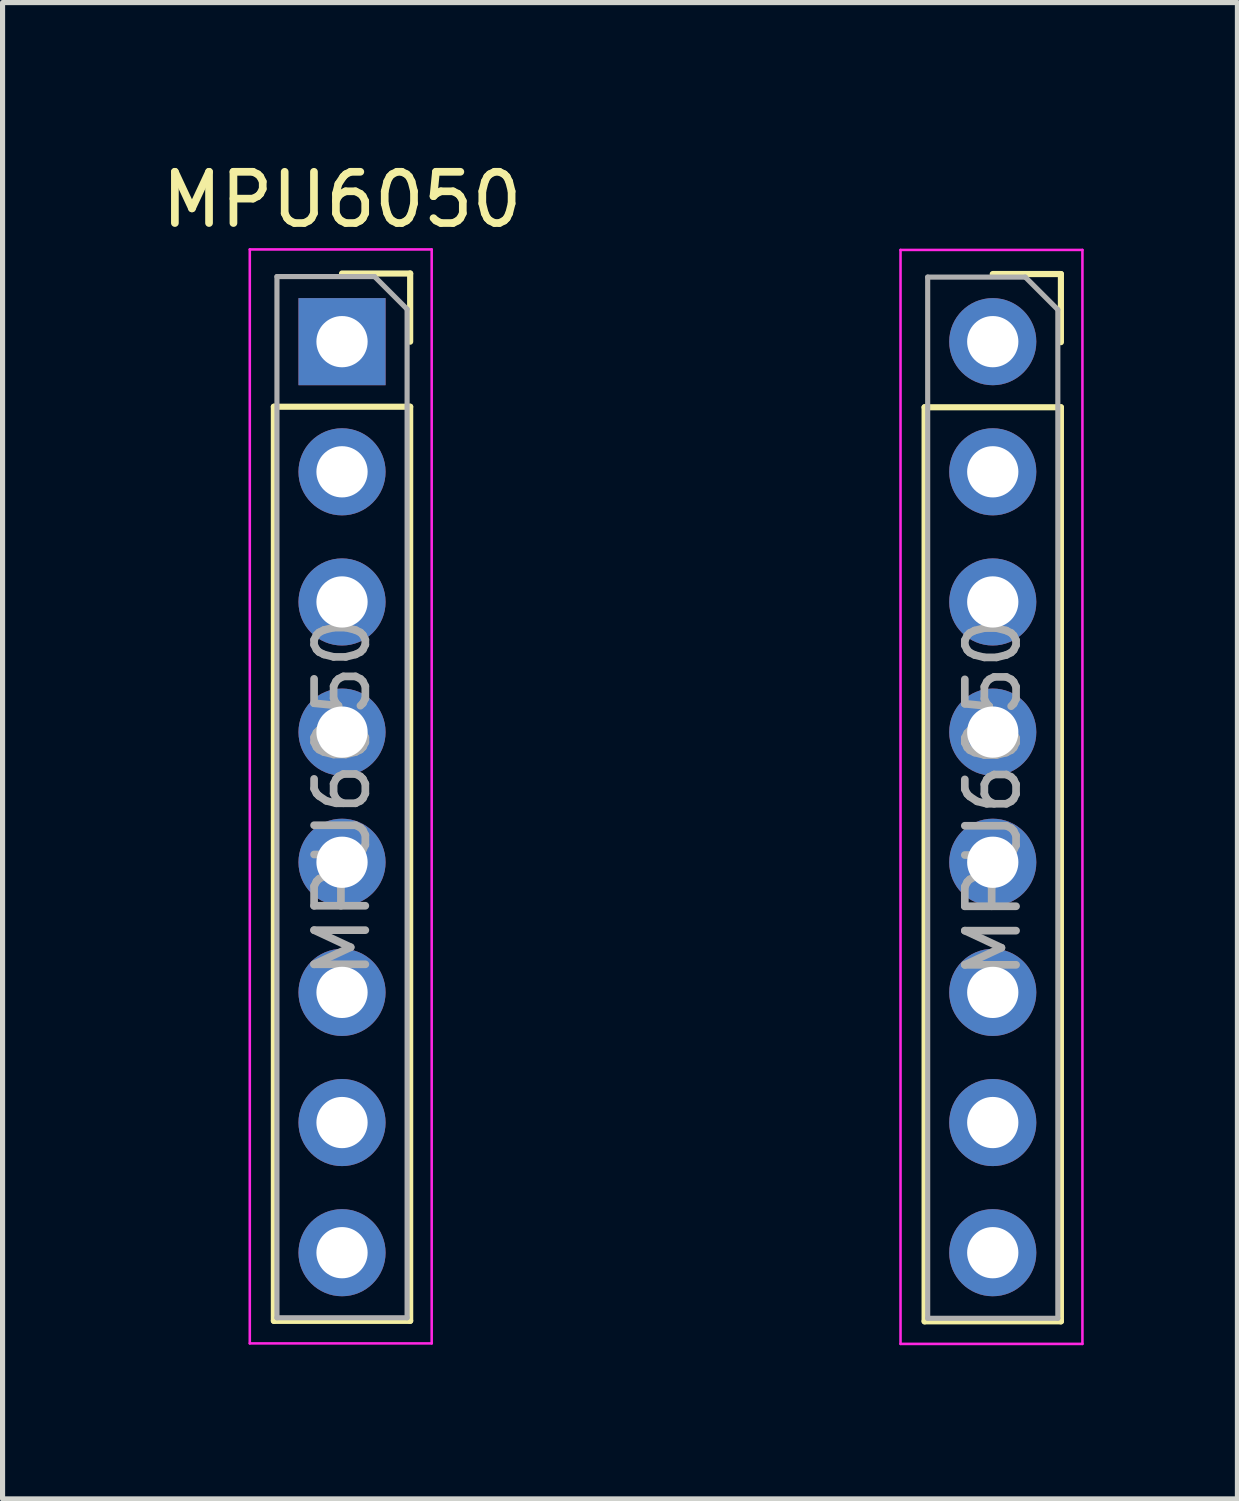
<source format=kicad_pcb>
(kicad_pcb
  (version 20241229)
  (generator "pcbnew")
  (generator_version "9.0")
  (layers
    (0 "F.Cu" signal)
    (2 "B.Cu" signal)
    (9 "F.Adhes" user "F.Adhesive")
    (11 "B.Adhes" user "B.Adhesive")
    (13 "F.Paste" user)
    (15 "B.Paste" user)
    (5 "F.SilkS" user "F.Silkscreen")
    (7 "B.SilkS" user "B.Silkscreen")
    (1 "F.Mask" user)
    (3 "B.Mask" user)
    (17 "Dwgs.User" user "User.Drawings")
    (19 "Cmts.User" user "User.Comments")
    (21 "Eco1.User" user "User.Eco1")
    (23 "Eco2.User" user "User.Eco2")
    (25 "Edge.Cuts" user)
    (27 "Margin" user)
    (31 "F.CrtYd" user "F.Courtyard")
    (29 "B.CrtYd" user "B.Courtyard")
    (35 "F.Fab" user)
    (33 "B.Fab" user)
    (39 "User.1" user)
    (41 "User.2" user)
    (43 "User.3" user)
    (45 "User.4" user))
  (footprint "MPU6050"
    (layer "F.Cu")
    (at 3.625 3.618)
    (property "Reference" "MPU6050" (at 0 -2.77 0) (layer "F.SilkS") (effects (font (size 1 1) (thickness 0.15))))
    (attr through_hole)
    (fp_line (start -1.33 1.27) (end -1.33 19.11) (stroke (width 0.12) (type solid)) (layer "F.SilkS"))
    (fp_line (start -1.33 1.27) (end 1.33 1.27) (stroke (width 0.12) (type solid)) (layer "F.SilkS"))
    (fp_line (start -1.33 19.11) (end 1.33 19.11) (stroke (width 0.12) (type solid)) (layer "F.SilkS"))
    (fp_line (start 0 -1.33) (end 1.33 -1.33) (stroke (width 0.12) (type solid)) (layer "F.SilkS"))
    (fp_line (start 1.33 -1.33) (end 1.33 0) (stroke (width 0.12) (type solid)) (layer "F.SilkS"))
    (fp_line (start 1.33 1.27) (end 1.33 19.11) (stroke (width 0.12) (type solid)) (layer "F.SilkS"))
    (fp_line (start 11.37 1.28) (end 11.37 19.12) (stroke (width 0.12) (type solid)) (layer "F.SilkS"))
    (fp_line (start 11.37 1.28) (end 14.03 1.28) (stroke (width 0.12) (type solid)) (layer "F.SilkS"))
    (fp_line (start 11.37 19.12) (end 14.03 19.12) (stroke (width 0.12) (type solid)) (layer "F.SilkS"))
    (fp_line (start 12.7 -1.32) (end 14.03 -1.32) (stroke (width 0.12) (type solid)) (layer "F.SilkS"))
    (fp_line (start 14.03 -1.32) (end 14.03 0.01) (stroke (width 0.12) (type solid)) (layer "F.SilkS"))
    (fp_line (start 14.03 1.28) (end 14.03 19.12) (stroke (width 0.12) (type solid)) (layer "F.SilkS"))
    (fp_line (start -1.8 -1.8) (end 1.75 -1.8) (stroke (width 0.05) (type solid)) (layer "F.CrtYd"))
    (fp_line (start -1.8 19.55) (end -1.8 -1.8) (stroke (width 0.05) (type solid)) (layer "F.CrtYd"))
    (fp_line (start 1.75 -1.8) (end 1.75 19.55) (stroke (width 0.05) (type solid)) (layer "F.CrtYd"))
    (fp_line (start 1.75 19.55) (end -1.8 19.55) (stroke (width 0.05) (type solid)) (layer "F.CrtYd"))
    (fp_line (start 10.9 -1.79) (end 14.45 -1.79) (stroke (width 0.05) (type solid)) (layer "F.CrtYd"))
    (fp_line (start 10.9 19.56) (end 10.9 -1.79) (stroke (width 0.05) (type solid)) (layer "F.CrtYd"))
    (fp_line (start 14.45 -1.79) (end 14.45 19.56) (stroke (width 0.05) (type solid)) (layer "F.CrtYd"))
    (fp_line (start 14.45 19.56) (end 10.9 19.56) (stroke (width 0.05) (type solid)) (layer "F.CrtYd"))
    (fp_line (start -1.27 -1.27) (end 0.635 -1.27) (stroke (width 0.1) (type solid)) (layer "F.Fab"))
    (fp_line (start -1.27 19.05) (end -1.27 -1.27) (stroke (width 0.1) (type solid)) (layer "F.Fab"))
    (fp_line (start 0.635 -1.27) (end 1.27 -0.635) (stroke (width 0.1) (type solid)) (layer "F.Fab"))
    (fp_line (start 1.27 -0.635) (end 1.27 19.05) (stroke (width 0.1) (type solid)) (layer "F.Fab"))
    (fp_line (start 1.27 19.05) (end -1.27 19.05) (stroke (width 0.1) (type solid)) (layer "F.Fab"))
    (fp_line (start 11.43 -1.26) (end 13.335 -1.26) (stroke (width 0.1) (type solid)) (layer "F.Fab"))
    (fp_line (start 11.43 19.06) (end 11.43 -1.26) (stroke (width 0.1) (type solid)) (layer "F.Fab"))
    (fp_line (start 13.335 -1.26) (end 13.97 -0.625) (stroke (width 0.1) (type solid)) (layer "F.Fab"))
    (fp_line (start 13.97 -0.625) (end 13.97 19.06) (stroke (width 0.1) (type solid)) (layer "F.Fab"))
    (fp_line (start 13.97 19.06) (end 11.43 19.06) (stroke (width 0.1) (type solid)) (layer "F.Fab"))
    (fp_text user "${REFERENCE}" (at 0 8.89 90) (layer "F.Fab") (effects (font (size 1 1) (thickness 0.15))))
    (fp_text user "${REFERENCE}" (at 12.7 8.9 90) (layer "F.Fab") (effects (font (size 1 1) (thickness 0.15))))
    (pad "" thru_hole oval (at 12.7 0) (size 1.7 1.7) (drill 1) (layers "*.Cu" "*.Mask"))
    (pad "" thru_hole oval (at 12.7 2.54) (size 1.7 1.7) (drill 1) (layers "*.Cu" "*.Mask"))
    (pad "" thru_hole oval (at 12.7 5.08) (size 1.7 1.7) (drill 1) (layers "*.Cu" "*.Mask"))
    (pad "" thru_hole oval (at 12.7 7.62) (size 1.7 1.7) (drill 1) (layers "*.Cu" "*.Mask"))
    (pad "" thru_hole oval (at 12.7 10.16) (size 1.7 1.7) (drill 1) (layers "*.Cu" "*.Mask"))
    (pad "" thru_hole oval (at 12.7 12.7) (size 1.7 1.7) (drill 1) (layers "*.Cu" "*.Mask"))
    (pad "" thru_hole oval (at 12.7 15.24) (size 1.7 1.7) (drill 1) (layers "*.Cu" "*.Mask"))
    (pad "" thru_hole oval (at 12.7 17.78) (size 1.7 1.7) (drill 1) (layers "*.Cu" "*.Mask"))
    (pad "1" thru_hole rect (at 0 0) (size 1.7 1.7) (drill 1) (layers "*.Cu" "*.Mask"))
    (pad "2" thru_hole oval (at 0 2.54) (size 1.7 1.7) (drill 1) (layers "*.Cu" "*.Mask"))
    (pad "3" thru_hole oval (at 0 5.08) (size 1.7 1.7) (drill 1) (layers "*.Cu" "*.Mask"))
    (pad "4" thru_hole oval (at 0 7.62) (size 1.7 1.7) (drill 1) (layers "*.Cu" "*.Mask"))
    (pad "5" thru_hole oval (at 0 10.16) (size 1.7 1.7) (drill 1) (layers "*.Cu" "*.Mask"))
    (pad "6" thru_hole oval (at 0 12.7) (size 1.7 1.7) (drill 1) (layers "*.Cu" "*.Mask"))
    (pad "7" thru_hole oval (at 0 15.24) (size 1.7 1.7) (drill 1) (layers "*.Cu" "*.Mask"))
    (pad "8" thru_hole oval (at 0 17.78) (size 1.7 1.7) (drill 1) (layers "*.Cu" "*.Mask")))
  (gr_rect
    (start -3 -3)
    (end 21.1 26.203)
    (stroke (width 0.1) (type default))
    (fill no)
    (layer "Edge.Cuts")))
</source>
